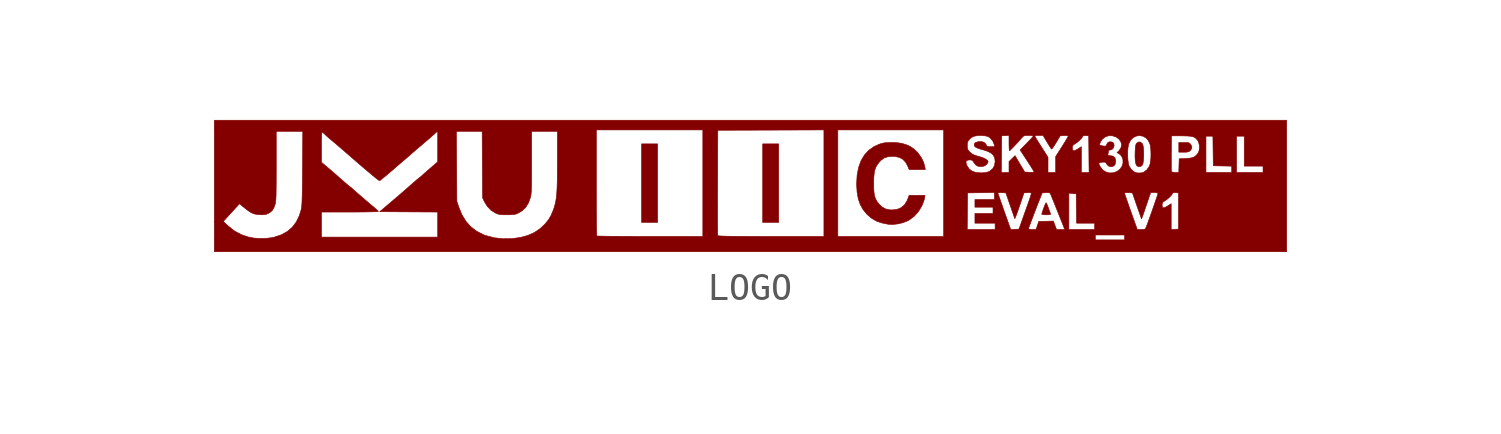
<source format=kicad_sym>
(kicad_symbol_lib
  (version 20220914)
  (generator bitmap2component)
  (symbol "LOGO"
    (pin_names
      (offset 1.016))
    (property "Reference" "#G"
      (at 0 1.806 0)
      (effects (font (size 1.27 1.27)) hide))
    (symbol "LOGO_0_0"
      (polyline (pts (xy 20.024 -0.013) (xy 20.024 2.441) (xy 0.013 2.441) (xy -19.998 2.441) (xy -19.998 2.078) (xy -5.74 2.078) (xy -3.753 2.078) (xy -1.766 2.078) (xy -1.766 0.091) (xy -1.766 -0.776) (xy -1.216 -0.776) (xy -1.216 -0.496) (xy -1.215 -0.197) (xy -1.214 0.117) (xy -1.208 2.065) (xy 0.773 2.071) (xy 2.753 2.078) (xy 2.753 0.091) (xy 2.753 -1.896) (xy 3.272 -1.896) (xy 3.272 0.091) (xy 3.272 2.078) (xy 5.246 2.078) (xy 7.22 2.078) (xy 7.22 0.858) (xy 8.055 0.858) (xy 8.063 0.915) (xy 8.11 0.945) (xy 8.153 0.955) (xy 8.24 0.96) (xy 8.301 0.931) (xy 8.35 0.864) (xy 8.358 0.849) (xy 8.431 0.76) (xy 8.525 0.715) (xy 8.648 0.711) (xy 8.662 0.712) (xy 8.756 0.738) (xy 8.823 0.791) (xy 8.829 0.798) (xy 8.867 0.85) (xy 8.882 0.886) (xy 8.862 0.935) (xy 8.794 0.989) (xy 8.683 1.042) (xy 8.535 1.089) (xy 8.533 1.089) (xy 8.413 1.124) (xy 8.328 1.157) (xy 8.264 1.197) (xy 8.204 1.25) (xy 8.165 1.29) (xy 8.124 1.345) (xy 8.107 1.405) (xy 8.103 1.492) (xy 8.103 1.515) (xy 8.11 1.599) (xy 8.134 1.662) (xy 8.183 1.726) (xy 8.261 1.796) (xy 8.361 1.843) (xy 8.49 1.866) (xy 8.656 1.866) (xy 8.66 1.866) (xy 8.781 1.855) (xy 8.865 1.835) (xy 8.925 1.803) (xy 8.956 1.778) (xy 9.055 1.665) (xy 9.106 1.539) (xy 9.122 1.454) (xy 8.979 1.454) (xy 8.911 1.456) (xy 8.857 1.464) (xy 8.827 1.487) (xy 8.805 1.532) (xy 8.79 1.559) (xy 8.723 1.618) (xy 8.626 1.645) (xy 8.51 1.637) (xy 8.469 1.627) (xy 8.402 1.603) (xy 8.371 1.57) (xy 8.363 1.518) (xy 8.364 1.501) (xy 8.387 1.456) (xy 8.442 1.417) (xy 8.536 1.379) (xy 8.674 1.339) (xy 8.708 1.331) (xy 8.877 1.274) (xy 9 1.207) (xy 9.082 1.125) (xy 9.128 1.023) (xy 9.142 0.896) (xy 9.142 0.893) (xy 9.118 0.748) (xy 9.05 0.628) (xy 8.937 0.536) (xy 8.896 0.516) (xy 8.809 0.493) (xy 9.375 0.493) (xy 9.382 1.175) (xy 9.389 1.857) (xy 9.525 1.865) (xy 9.661 1.873) (xy 9.661 1.586) (xy 9.662 1.485) (xy 9.666 1.389) (xy 9.671 1.323) (xy 9.678 1.299) (xy 9.68 1.299) (xy 9.709 1.323) (xy 9.763 1.377) (xy 9.835 1.45) (xy 9.916 1.536) (xy 9.999 1.626) (xy 10.077 1.712) (xy 10.14 1.786) (xy 10.155 1.802) (xy 10.193 1.84) (xy 10.235 1.86) (xy 10.296 1.868) (xy 10.393 1.87) (xy 10.396 1.87) (xy 10.486 1.867) (xy 10.547 1.858) (xy 10.566 1.845) (xy 10.565 1.843) (xy 10.563 1.841) (xy 10.629 1.841) (xy 10.64 1.858) (xy 10.685 1.867) (xy 10.774 1.87) (xy 10.932 1.87) (xy 11.079 1.623) (xy 11.131 1.537) (xy 11.186 1.45) (xy 11.226 1.389) (xy 11.248 1.362) (xy 11.265 1.375) (xy 11.305 1.425) (xy 11.358 1.504) (xy 11.419 1.603) (xy 11.57 1.857) (xy 11.72 1.865) (xy 11.775 1.866) (xy 11.844 1.861) (xy 11.869 1.845) (xy 11.862 1.827) (xy 11.831 1.77) (xy 11.78 1.683) (xy 11.713 1.574) (xy 11.635 1.45) (xy 11.603 1.4) (xy 12.025 1.4) (xy 12.025 1.433) (xy 12.036 1.485) (xy 12.07 1.524) (xy 12.138 1.568) (xy 12.197 1.607) (xy 12.275 1.672) (xy 12.345 1.741) (xy 12.395 1.803) (xy 12.414 1.846) (xy 12.417 1.853) (xy 12.455 1.864) (xy 12.525 1.865) (xy 12.635 1.857) (xy 12.642 1.175) (xy 12.645 0.846) (xy 13.018 0.846) (xy 13.025 0.85) (xy 13.074 0.864) (xy 13.147 0.874) (xy 13.17 0.876) (xy 13.233 0.875) (xy 13.273 0.853) (xy 13.311 0.8) (xy 13.328 0.774) (xy 13.381 0.725) (xy 13.455 0.707) (xy 13.493 0.706) (xy 13.575 0.734) (xy 13.625 0.802) (xy 13.642 0.909) (xy 13.64 0.952) (xy 13.611 1.044) (xy 13.546 1.099) (xy 13.446 1.117) (xy 13.414 1.117) (xy 13.366 1.123) (xy 13.351 1.146) (xy 13.359 1.198) (xy 13.359 1.199) (xy 13.37 1.262) (xy 13.375 1.302) (xy 13.382 1.314) (xy 13.421 1.325) (xy 13.501 1.347) (xy 13.56 1.407) (xy 13.583 1.49) (xy 13.573 1.564) (xy 13.531 1.619) (xy 13.454 1.636) (xy 13.403 1.631) (xy 13.342 1.6) (xy 13.301 1.528) (xy 13.295 1.514) (xy 13.274 1.48) (xy 13.237 1.471) (xy 13.168 1.48) (xy 13.144 1.485) (xy 13.079 1.502) (xy 13.044 1.518) (xy 13.042 1.531) (xy 13.055 1.581) (xy 13.087 1.65) (xy 13.148 1.736) (xy 13.255 1.819) (xy 13.383 1.861) (xy 13.521 1.859) (xy 13.661 1.81) (xy 13.667 1.808) (xy 13.774 1.726) (xy 13.838 1.626) (xy 13.86 1.516) (xy 13.836 1.405) (xy 13.765 1.303) (xy 13.69 1.228) (xy 13.753 1.199) (xy 13.76 1.196) (xy 13.817 1.15) (xy 13.837 1.125) (xy 14.089 1.125) (xy 14.091 1.281) (xy 14.103 1.424) (xy 14.126 1.54) (xy 14.143 1.589) (xy 14.214 1.713) (xy 14.31 1.8) (xy 14.423 1.851) (xy 14.542 1.865) (xy 14.661 1.842) (xy 14.769 1.782) (xy 14.858 1.685) (xy 14.92 1.551) (xy 14.931 1.506) (xy 14.95 1.373) (xy 14.958 1.216) (xy 14.956 1.054) (xy 14.944 0.906) (xy 14.936 0.865) (xy 15.717 0.865) (xy 15.717 1.028) (xy 15.719 1.208) (xy 15.726 1.857) (xy 16.102 1.856) (xy 16.166 1.855) (xy 16.326 1.851) (xy 16.445 1.84) (xy 16.534 1.821) (xy 16.6 1.79) (xy 16.654 1.744) (xy 16.704 1.683) (xy 16.727 1.643) (xy 16.759 1.534) (xy 16.767 1.412) (xy 16.752 1.295) (xy 16.711 1.205) (xy 16.655 1.137) (xy 16.589 1.081) (xy 16.511 1.045) (xy 16.406 1.024) (xy 16.263 1.013) (xy 16.011 1) (xy 16.004 0.747) (xy 15.996 0.493) (xy 17.011 0.493) (xy 17.011 1.169) (xy 17.011 1.844) (xy 17.141 1.844) (xy 17.27 1.844) (xy 17.277 1.292) (xy 17.284 0.74) (xy 17.628 0.733) (xy 17.972 0.726) (xy 17.972 0.61) (xy 17.972 0.493) (xy 18.154 0.493) (xy 18.154 1.169) (xy 18.154 1.844) (xy 18.297 1.844) (xy 18.44 1.844) (xy 18.44 1.286) (xy 18.44 0.727) (xy 18.79 0.727) (xy 19.141 0.727) (xy 19.141 0.61) (xy 19.141 0.493) (xy 18.647 0.493) (xy 18.154 0.493) (xy 17.972 0.493) (xy 17.492 0.493) (xy 17.011 0.493) (xy 15.996 0.493) (xy 15.867 0.493) (xy 15.835 0.494) (xy 15.759 0.505) (xy 15.724 0.526) (xy 15.722 0.549) (xy 15.719 0.618) (xy 15.718 0.726) (xy 15.717 0.865) (xy 14.936 0.865) (xy 14.921 0.789) (xy 14.891 0.712) (xy 14.803 0.587) (xy 14.682 0.497) (xy 14.646 0.484) (xy 14.559 0.471) (xy 14.464 0.472) (xy 14.388 0.486) (xy 14.327 0.516) (xy 14.223 0.606) (xy 14.146 0.725) (xy 14.142 0.735) (xy 14.115 0.836) (xy 14.098 0.971) (xy 14.089 1.125) (xy 13.837 1.125) (xy 13.869 1.085) (xy 13.912 0.972) (xy 13.915 0.845) (xy 13.877 0.721) (xy 13.8 0.611) (xy 13.689 0.528) (xy 13.553 0.479) (xy 13.408 0.473) (xy 13.272 0.511) (xy 13.154 0.59) (xy 13.064 0.708) (xy 13.041 0.755) (xy 13.019 0.815) (xy 13.018 0.846) (xy 12.645 0.846) (xy 12.649 0.493) (xy 12.506 0.493) (xy 12.362 0.493) (xy 12.362 0.973) (xy 12.362 1.453) (xy 12.24 1.376) (xy 12.195 1.348) (xy 12.112 1.307) (xy 12.06 1.302) (xy 12.033 1.332) (xy 12.025 1.4) (xy 11.603 1.4) (xy 11.401 1.083) (xy 11.401 0.788) (xy 11.401 0.493) (xy 11.259 0.493) (xy 11.116 0.493) (xy 11.116 0.776) (xy 11.116 1.059) (xy 10.88 1.429) (xy 10.822 1.52) (xy 10.749 1.636) (xy 10.69 1.732) (xy 10.649 1.801) (xy 10.631 1.834) (xy 10.629 1.841) (xy 10.563 1.841) (xy 10.538 1.81) (xy 10.483 1.749) (xy 10.406 1.668) (xy 10.316 1.575) (xy 10.075 1.33) (xy 10.324 0.949) (xy 10.392 0.845) (xy 10.466 0.729) (xy 10.527 0.632) (xy 10.569 0.563) (xy 10.588 0.529) (xy 10.59 0.513) (xy 10.571 0.5) (xy 10.519 0.496) (xy 10.425 0.499) (xy 10.247 0.506) (xy 10.066 0.812) (xy 9.886 1.118) (xy 9.773 1.008) (xy 9.661 0.898) (xy 9.661 0.696) (xy 9.661 0.493) (xy 9.518 0.493) (xy 9.375 0.493) (xy 8.809 0.493) (xy 8.793 0.489) (xy 8.651 0.476) (xy 8.62 0.476) (xy 8.439 0.488) (xy 8.295 0.533) (xy 8.184 0.612) (xy 8.102 0.728) (xy 8.083 0.769) (xy 8.055 0.858) (xy 7.22 0.858) (xy 7.22 0.091) (xy 7.22 -1.636) (xy 8.102 -1.636) (xy 8.109 -0.954) (xy 8.116 -0.273) (xy 8.616 -0.266) (xy 9.116 -0.259) (xy 9.116 -0.274) (xy 9.246 -0.274) (xy 9.261 -0.268) (xy 9.315 -0.263) (xy 9.395 -0.265) (xy 9.543 -0.273) (xy 9.704 -0.74) (xy 9.707 -0.746) (xy 9.757 -0.893) (xy 9.803 -1.024) (xy 9.839 -1.129) (xy 9.865 -1.202) (xy 9.876 -1.233) (xy 9.877 -1.234) (xy 9.891 -1.208) (xy 9.918 -1.141) (xy 9.956 -1.041) (xy 10.002 -0.913) (xy 10.053 -0.765) (xy 10.22 -0.273) (xy 10.356 -0.265) (xy 10.431 -0.263) (xy 10.479 -0.272) (xy 10.492 -0.293) (xy 10.492 -0.298) (xy 10.479 -0.346) (xy 10.454 -0.429) (xy 10.417 -0.539) (xy 10.373 -0.665) (xy 10.326 -0.797) (xy 10.262 -0.977) (xy 10.198 -1.157) (xy 10.143 -1.312) (xy 10.038 -1.608) (xy 10.389 -1.608) (xy 10.392 -1.596) (xy 10.411 -1.539) (xy 10.446 -1.444) (xy 10.494 -1.316) (xy 10.553 -1.161) (xy 10.62 -0.985) (xy 10.694 -0.793) (xy 10.772 -0.593) (xy 10.852 -0.39) (xy 10.899 -0.273) (xy 11.043 -0.265) (xy 11.094 -0.263) (xy 11.169 -0.27) (xy 11.181 -0.278) (xy 13.972 -0.278) (xy 13.986 -0.27) (xy 14.04 -0.264) (xy 14.12 -0.265) (xy 14.267 -0.273) (xy 14.432 -0.752) (xy 14.439 -0.771) (xy 14.49 -0.917) (xy 14.535 -1.045) (xy 14.571 -1.146) (xy 14.595 -1.213) (xy 14.606 -1.239) (xy 14.607 -1.239) (xy 14.62 -1.208) (xy 14.647 -1.137) (xy 14.684 -1.033) (xy 14.729 -0.903) (xy 14.78 -0.753) (xy 14.947 -0.26) (xy 15.083 -0.26) (xy 15.145 -0.262) (xy 15.202 -0.273) (xy 15.219 -0.295) (xy 15.219 -0.295) (xy 15.211 -0.327) (xy 15.187 -0.4) (xy 15.152 -0.505) (xy 15.107 -0.635) (xy 15.075 -0.73) (xy 15.375 -0.73) (xy 15.376 -0.697) (xy 15.387 -0.645) (xy 15.42 -0.606) (xy 15.488 -0.562) (xy 15.547 -0.522) (xy 15.625 -0.458) (xy 15.695 -0.389) (xy 15.745 -0.327) (xy 15.765 -0.283) (xy 15.768 -0.277) (xy 15.806 -0.265) (xy 15.875 -0.265) (xy 15.985 -0.273) (xy 15.985 -0.948) (xy 15.985 -1.623) (xy 15.849 -1.631) (xy 15.713 -1.639) (xy 15.713 -1.158) (xy 15.713 -0.676) (xy 15.591 -0.754) (xy 15.545 -0.782) (xy 15.462 -0.823) (xy 15.41 -0.828) (xy 15.383 -0.797) (xy 15.375 -0.73) (xy 15.075 -0.73) (xy 15.056 -0.782) (xy 15.002 -0.938) (xy 14.947 -1.094) (xy 14.893 -1.242) (xy 14.845 -1.376) (xy 14.804 -1.486) (xy 14.774 -1.565) (xy 14.758 -1.599) (xy 14.73 -1.624) (xy 14.682 -1.634) (xy 14.596 -1.636) (xy 14.447 -1.636) (xy 14.209 -0.967) (xy 14.206 -0.957) (xy 14.143 -0.782) (xy 14.088 -0.622) (xy 14.04 -0.485) (xy 14.004 -0.378) (xy 13.98 -0.307) (xy 13.972 -0.278) (xy 11.181 -0.278) (xy 11.201 -0.291) (xy 11.221 -0.34) (xy 11.259 -0.433) (xy 11.309 -0.556) (xy 11.366 -0.698) (xy 11.428 -0.852) (xy 11.491 -1.009) (xy 11.551 -1.16) (xy 11.606 -1.297) (xy 11.652 -1.412) (xy 11.684 -1.495) (xy 11.701 -1.539) (xy 11.737 -1.636) (xy 11.895 -1.636) (xy 11.895 -0.96) (xy 11.895 -0.283) (xy 12.031 -0.291) (xy 12.168 -0.299) (xy 12.175 -0.851) (xy 12.182 -1.402) (xy 12.519 -1.402) (xy 12.856 -1.402) (xy 12.856 -1.519) (xy 12.856 -1.636) (xy 12.375 -1.636) (xy 11.895 -1.636) (xy 11.737 -1.636) (xy 11.585 -1.636) (xy 11.434 -1.636) (xy 11.375 -1.48) (xy 11.317 -1.323) (xy 11.043 -1.33) (xy 10.769 -1.337) (xy 10.72 -1.487) (xy 10.67 -1.636) (xy 10.529 -1.636) (xy 10.477 -1.634) (xy 10.412 -1.625) (xy 10.389 -1.608) (xy 10.038 -1.608) (xy 10.033 -1.623) (xy 9.879 -1.631) (xy 9.725 -1.638) (xy 9.485 -0.965) (xy 9.48 -0.95) (xy 9.418 -0.774) (xy 9.362 -0.615) (xy 9.315 -0.479) (xy 9.278 -0.373) (xy 9.254 -0.302) (xy 9.246 -0.274) (xy 9.116 -0.274) (xy 9.116 -0.389) (xy 9.116 -0.519) (xy 8.752 -0.519) (xy 8.389 -0.519) (xy 8.389 -0.662) (xy 8.389 -0.805) (xy 8.726 -0.805) (xy 9.064 -0.805) (xy 9.064 -0.922) (xy 9.064 -1.039) (xy 8.726 -1.039) (xy 8.389 -1.039) (xy 8.389 -1.221) (xy 8.389 -1.402) (xy 8.765 -1.402) (xy 9.142 -1.402) (xy 9.142 -1.519) (xy 9.142 -1.636) (xy 8.622 -1.636) (xy 8.102 -1.636) (xy 7.22 -1.636) (xy 7.22 -1.896) (xy 5.246 -1.896) (xy 3.272 -1.896) (xy 2.753 -1.896) (xy 0.778 -1.896) (xy 0.601 -1.896) (xy 0.241 -1.895) (xy -0.071 -1.895) (xy -0.338 -1.894) (xy -0.564 -1.892) (xy -0.75 -1.89) (xy -0.9 -1.887) (xy -1.017 -1.884) (xy -1.103 -1.88) (xy -1.162 -1.875) (xy -1.196 -1.87) (xy -1.209 -1.863) (xy -1.209 -1.863) (xy -1.211 -1.83) (xy -1.212 -1.75) (xy -1.214 -1.626) (xy -1.215 -1.462) (xy -1.216 -1.264) (xy -1.216 -1.034) (xy -1.216 -0.776) (xy -1.766 -0.776) (xy -1.766 -1.896) (xy -3.736 -1.896) (xy -3.77 -1.896) (xy -4.084 -1.896) (xy -4.382 -1.895) (xy -4.661 -1.894) (xy -4.916 -1.892) (xy -5.143 -1.891) (xy -5.339 -1.889) (xy -5.498 -1.886) (xy -5.618 -1.884) (xy -5.694 -1.881) (xy -5.722 -1.879) (xy -5.723 -1.878) (xy -5.725 -1.844) (xy -5.728 -1.764) (xy -5.731 -1.639) (xy -5.733 -1.475) (xy -5.735 -1.276) (xy -5.736 -1.046) (xy -5.738 -0.788) (xy -5.739 -0.507) (xy -5.739 -0.207) (xy -5.74 0.108) (xy -5.74 2.078) (xy -19.998 2.078) (xy -19.998 -0.013) (xy -19.998 -1.337) (xy -19.662 -1.337) (xy -19.486 -1.144) (xy -19.451 -1.105) (xy -19.354 -1) (xy -19.26 -0.896) (xy -19.184 -0.814) (xy -19.058 -0.678) (xy -18.872 -0.83) (xy -18.828 -0.865) (xy -18.71 -0.954) (xy -18.613 -1.015) (xy -18.521 -1.053) (xy -18.423 -1.074) (xy -18.305 -1.085) (xy -18.22 -1.089) (xy -18.131 -1.086) (xy -18.06 -1.07) (xy -17.987 -1.04) (xy -17.927 -1.007) (xy -17.841 -0.935) (xy -17.779 -0.839) (xy -17.728 -0.703) (xy -17.726 -0.693) (xy -17.716 -0.652) (xy -17.709 -0.602) (xy -17.702 -0.536) (xy -17.697 -0.45) (xy -17.693 -0.341) (xy -17.691 -0.202) (xy -17.689 -0.03) (xy -17.687 0.179) (xy -17.687 0.432) (xy -17.686 0.732) (xy -17.686 2.026) (xy -17.191 2.026) (xy -16.696 2.026) (xy -16.707 0.643) (xy -16.709 0.353) (xy -16.711 0.088) (xy -16.714 -0.135) (xy -16.717 -0.318) (xy -16.721 -0.469) (xy -16.725 -0.59) (xy -16.73 -0.687) (xy -16.736 -0.763) (xy -16.744 -0.825) (xy -16.753 -0.877) (xy -16.763 -0.922) (xy -16.827 -1.125) (xy -16.941 -1.359) (xy -17.089 -1.554) (xy -17.273 -1.712) (xy -17.494 -1.834) (xy -17.752 -1.922) (xy -15.998 -1.922) (xy -15.998 -1.454) (xy -15.998 -0.987) (xy -14.931 -0.987) (xy -14.825 -0.987) (xy -14.603 -0.986) (xy -14.401 -0.984) (xy -14.224 -0.981) (xy -14.077 -0.978) (xy -13.966 -0.974) (xy -13.896 -0.969) (xy -13.873 -0.965) (xy -13.875 -0.961) (xy -13.9 -0.933) (xy -13.955 -0.882) (xy -14.044 -0.805) (xy -14.171 -0.7) (xy -14.226 -0.653) (xy -14.307 -0.584) (xy -14.402 -0.502) (xy -14.505 -0.413) (xy -14.608 -0.324) (xy -14.702 -0.242) (xy -14.78 -0.174) (xy -14.833 -0.126) (xy -14.856 -0.105) (xy -14.877 -0.085) (xy -14.923 -0.05) (xy -14.954 -0.027) (xy -15.027 0.032) (xy -15.132 0.123) (xy -15.273 0.246) (xy -15.45 0.403) (xy -15.479 0.428) (xy -15.578 0.514) (xy -15.69 0.61) (xy -15.797 0.701) (xy -15.998 0.869) (xy -15.998 1.434) (xy -15.998 1.506) (xy -15.997 1.664) (xy -15.994 1.8) (xy -15.99 1.906) (xy -15.985 1.975) (xy -15.98 2) (xy -15.963 1.991) (xy -15.917 1.954) (xy -15.857 1.898) (xy -15.821 1.864) (xy -15.729 1.781) (xy -15.643 1.709) (xy -15.597 1.672) (xy -15.517 1.604) (xy -15.411 1.514) (xy -15.284 1.405) (xy -15.143 1.284) (xy -14.996 1.156) (xy -14.858 1.036) (xy -14.714 0.911) (xy -14.582 0.797) (xy -14.469 0.7) (xy -14.381 0.625) (xy -14.326 0.578) (xy -14.32 0.573) (xy -14.231 0.498) (xy -14.125 0.409) (xy -14.024 0.325) (xy -13.995 0.301) (xy -13.919 0.241) (xy -13.86 0.199) (xy -13.83 0.183) (xy -13.829 0.183) (xy -13.8 0.202) (xy -13.739 0.249) (xy -13.652 0.32) (xy -13.546 0.408) (xy -13.427 0.51) (xy -13.312 0.609) (xy -13.188 0.717) (xy -13.075 0.814) (xy -12.984 0.892) (xy -12.922 0.944) (xy -12.919 0.947) (xy -12.833 1.02) (xy -12.73 1.109) (xy -12.633 1.195) (xy -12.603 1.221) (xy -12.498 1.312) (xy -12.38 1.413) (xy -12.27 1.506) (xy -12.229 1.541) (xy -12.121 1.633) (xy -12.018 1.721) (xy -11.936 1.792) (xy -11.868 1.852) (xy -11.79 1.921) (xy -11.733 1.972) (xy -11.661 2.035) (xy -11.661 2.026) (xy -10.963 2.026) (xy -10.482 2.026) (xy -10.002 2.026) (xy -9.994 0.786) (xy -9.986 -0.455) (xy -9.919 -0.597) (xy -9.811 -0.774) (xy -9.67 -0.92) (xy -9.505 -1.024) (xy -9.446 -1.05) (xy -9.38 -1.071) (xy -9.306 -1.083) (xy -9.21 -1.089) (xy -9.077 -1.09) (xy -9.053 -1.09) (xy -8.918 -1.087) (xy -8.819 -1.079) (xy -8.744 -1.063) (xy -8.678 -1.038) (xy -8.672 -1.036) (xy -8.502 -0.935) (xy -8.369 -0.803) (xy -8.268 -0.636) (xy -8.195 -0.428) (xy -8.193 -0.422) (xy -8.184 -0.375) (xy -8.176 -0.315) (xy -8.169 -0.237) (xy -8.164 -0.137) (xy -8.161 -0.009) (xy -8.158 0.152) (xy -8.156 0.349) (xy -8.155 0.589) (xy -8.155 0.875) (xy -8.155 2.026) (xy -7.675 2.026) (xy -7.194 2.026) (xy -7.194 0.915) (xy -7.194 0.716) (xy -7.196 0.429) (xy -7.199 0.185) (xy -7.204 -0.021) (xy -7.212 -0.195) (xy -7.222 -0.343) (xy -7.237 -0.47) (xy -7.254 -0.582) (xy -7.277 -0.684) (xy -7.303 -0.781) (xy -7.335 -0.88) (xy -7.347 -0.913) (xy -7.431 -1.113) (xy -7.532 -1.282) (xy -7.66 -1.438) (xy -7.839 -1.606) (xy -8.053 -1.75) (xy -8.294 -1.858) (xy -8.57 -1.934) (xy -8.883 -1.978) (xy -9.217 -1.983) (xy -9.543 -1.947) (xy -9.85 -1.869) (xy -9.959 -1.829) (xy -10.209 -1.701) (xy -10.424 -1.536) (xy -10.606 -1.333) (xy -10.755 -1.089) (xy -10.872 -0.805) (xy -10.946 -0.584) (xy -10.954 0.721) (xy -10.963 2.026) (xy -11.661 2.026) (xy -11.661 1.461) (xy -11.661 0.887) (xy -11.94 0.647) (xy -11.975 0.617) (xy -12.074 0.531) (xy -12.157 0.458) (xy -12.217 0.404) (xy -12.245 0.378) (xy -12.273 0.351) (xy -12.326 0.31) (xy -12.369 0.277) (xy -12.441 0.217) (xy -12.544 0.128) (xy -12.681 0.009) (xy -12.854 -0.144) (xy -12.863 -0.152) (xy -12.927 -0.208) (xy -13.02 -0.288) (xy -13.135 -0.387) (xy -13.264 -0.497) (xy -13.398 -0.612) (xy -13.824 -0.974) (xy -12.742 -0.981) (xy -11.661 -0.987) (xy -11.661 -1.455) (xy -11.661 -1.922) (xy -13.83 -1.922) (xy -15.998 -1.922) (xy -17.752 -1.922) (xy -17.754 -1.923) (xy -17.856 -1.944) (xy -18.071 -1.969) (xy -18.302 -1.973) (xy -18.526 -1.957) (xy -18.723 -1.92) (xy -18.986 -1.831) (xy -19.243 -1.694) (xy -19.474 -1.512) (xy -19.662 -1.337) (xy -19.998 -1.337) (xy -19.998 -2.026) (xy 12.882 -2.026) (xy 12.882 -1.935) (xy 12.882 -1.844) (xy 13.427 -1.844) (xy 13.973 -1.844) (xy 13.973 -1.935) (xy 13.973 -2.026) (xy 13.427 -2.026) (xy 12.882 -2.026) (xy -19.998 -2.026) (xy -19.998 -2.467) (xy 0.013 -2.467) (xy 20.024 -2.467) (xy 20.024 -0.013)) (stroke (width 0.01) (type default)) (fill (type outline)))
      (polyline (pts (xy -3.454 0.091) (xy -3.454 1.558) (xy -3.753 1.558) (xy -4.051 1.558) (xy -4.051 0.091) (xy -4.051 -1.376) (xy -3.753 -1.376) (xy -3.454 -1.376) (xy -3.454 0.091)) (stroke (width 0.01) (type default)) (fill (type outline)))
      (polyline (pts (xy 1.065 0.091) (xy 1.065 1.558) (xy 0.766 1.558) (xy 0.468 1.558) (xy 0.468 0.091) (xy 0.468 -1.376) (xy 0.766 -1.376) (xy 1.065 -1.376) (xy 1.065 0.091)) (stroke (width 0.01) (type default)) (fill (type outline)))
      (polyline (pts (xy 5.513 -1.43) (xy 5.698 -1.386) (xy 5.865 -1.321) (xy 5.936 -1.283) (xy 6.12 -1.147) (xy 6.277 -0.974) (xy 6.399 -0.773) (xy 6.405 -0.762) (xy 6.451 -0.655) (xy 6.488 -0.552) (xy 6.508 -0.474) (xy 6.526 -0.364) (xy 6.229 -0.364) (xy 5.932 -0.364) (xy 5.884 -0.497) (xy 5.854 -0.569) (xy 5.76 -0.717) (xy 5.636 -0.823) (xy 5.482 -0.887) (xy 5.298 -0.908) (xy 5.218 -0.905) (xy 5.064 -0.874) (xy 4.934 -0.804) (xy 4.812 -0.69) (xy 4.798 -0.674) (xy 4.73 -0.585) (xy 4.68 -0.493) (xy 4.645 -0.39) (xy 4.624 -0.265) (xy 4.613 -0.108) (xy 4.611 0.091) (xy 4.614 0.281) (xy 4.627 0.443) (xy 4.651 0.574) (xy 4.69 0.684) (xy 4.747 0.783) (xy 4.823 0.882) (xy 4.885 0.947) (xy 5.003 1.03) (xy 5.141 1.076) (xy 5.311 1.09) (xy 5.396 1.087) (xy 5.563 1.054) (xy 5.696 0.984) (xy 5.802 0.872) (xy 5.886 0.716) (xy 5.934 0.598) (xy 6.236 0.598) (xy 6.538 0.597) (xy 6.515 0.721) (xy 6.477 0.859) (xy 6.389 1.043) (xy 6.268 1.213) (xy 6.124 1.358) (xy 5.966 1.464) (xy 5.821 1.528) (xy 5.66 1.576) (xy 5.482 1.602) (xy 5.272 1.609) (xy 5.135 1.607) (xy 5.022 1.597) (xy 4.925 1.579) (xy 4.825 1.548) (xy 4.628 1.46) (xy 4.43 1.321) (xy 4.267 1.145) (xy 4.139 0.931) (xy 4.048 0.682) (xy 3.992 0.397) (xy 3.974 0.078) (xy 3.974 0.028) (xy 3.991 -0.252) (xy 4.035 -0.495) (xy 4.109 -0.707) (xy 4.214 -0.895) (xy 4.354 -1.067) (xy 4.365 -1.078) (xy 4.54 -1.225) (xy 4.733 -1.335) (xy 4.935 -1.399) (xy 4.992 -1.411) (xy 5.075 -1.427) (xy 5.129 -1.438) (xy 5.163 -1.444) (xy 5.328 -1.45) (xy 5.513 -1.43)) (stroke (width 0.01) (type default)) (fill (type outline)))
      (polyline (pts (xy 11.068 -1.091) (xy 11.159 -1.087) (xy 11.205 -1.077) (xy 11.214 -1.058) (xy 11.172 -0.944) (xy 11.124 -0.814) (xy 11.089 -0.723) (xy 11.065 -0.668) (xy 11.048 -0.643) (xy 11.038 -0.641) (xy 11.032 -0.651) (xy 11.009 -0.701) (xy 10.978 -0.779) (xy 10.944 -0.87) (xy 10.914 -0.958) (xy 10.891 -1.029) (xy 10.882 -1.066) (xy 10.905 -1.079) (xy 10.967 -1.087) (xy 11.054 -1.091) (xy 11.068 -1.091)) (stroke (width 0.01) (type default)) (fill (type outline)))
      (polyline (pts (xy 14.579 0.715) (xy 14.639 0.769) (xy 14.649 0.789) (xy 14.668 0.867) (xy 14.681 0.978) (xy 14.688 1.108) (xy 14.688 1.243) (xy 14.681 1.37) (xy 14.668 1.476) (xy 14.648 1.545) (xy 14.628 1.577) (xy 14.566 1.625) (xy 14.495 1.628) (xy 14.427 1.584) (xy 14.423 1.58) (xy 14.4 1.541) (xy 14.384 1.484) (xy 14.373 1.398) (xy 14.367 1.271) (xy 14.363 1.086) (xy 14.372 0.922) (xy 14.395 0.807) (xy 14.431 0.741) (xy 14.436 0.735) (xy 14.505 0.703) (xy 14.579 0.715)) (stroke (width 0.01) (type default)) (fill (type outline)))
      (polyline (pts (xy 16.27 1.248) (xy 16.34 1.257) (xy 16.387 1.276) (xy 16.428 1.31) (xy 16.428 1.31) (xy 16.481 1.385) (xy 16.484 1.459) (xy 16.438 1.542) (xy 16.429 1.553) (xy 16.397 1.584) (xy 16.356 1.601) (xy 16.292 1.609) (xy 16.191 1.61) (xy 15.998 1.61) (xy 15.998 1.429) (xy 15.998 1.247) (xy 16.181 1.247) (xy 16.27 1.248)) (stroke (width 0.01) (type default)) (fill (type outline))))))
</source>
